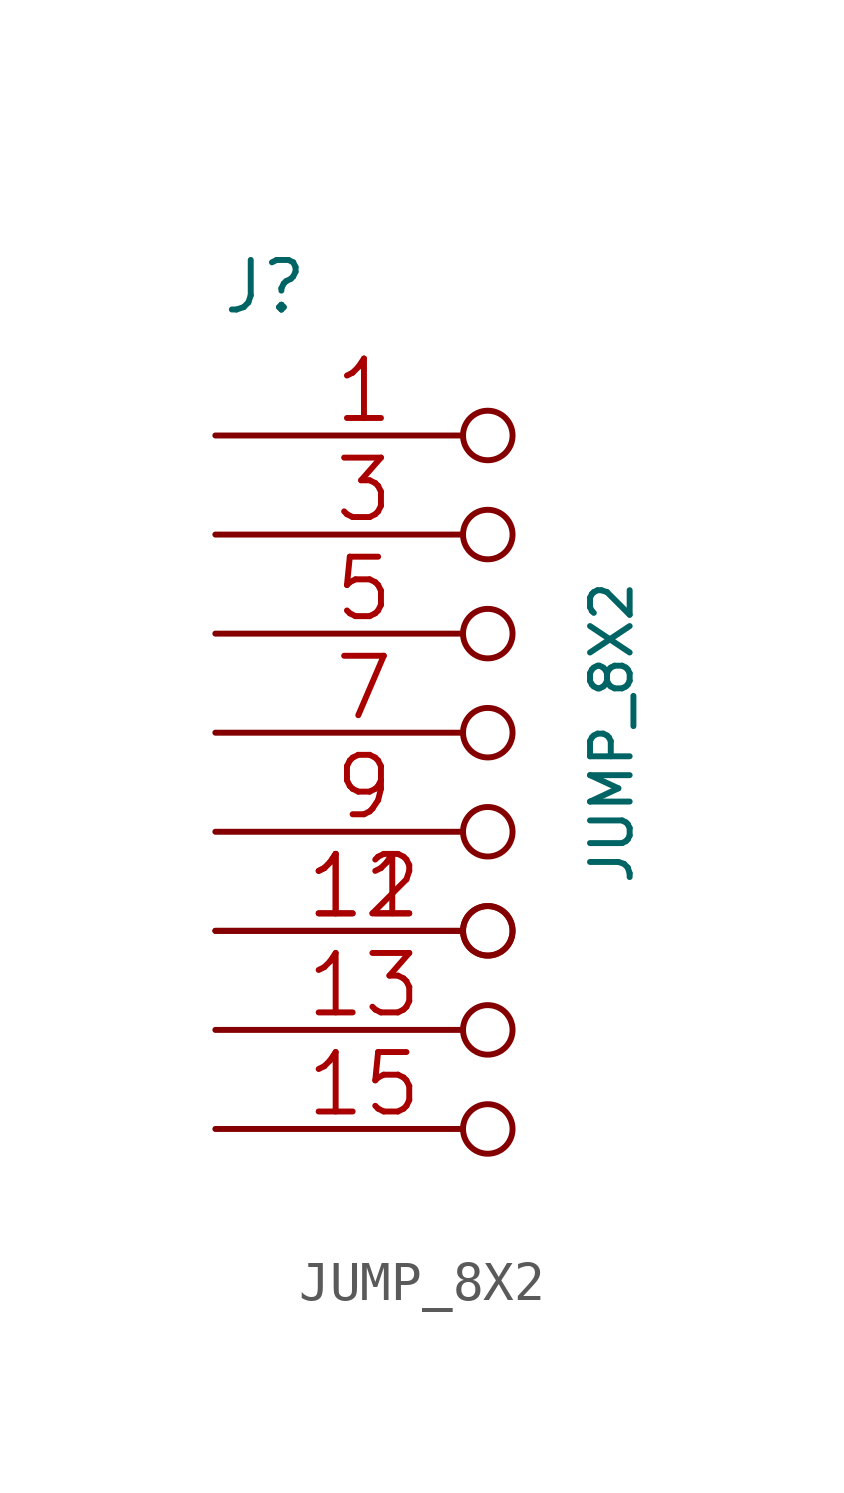
<source format=kicad_sym>
(kicad_symbol_lib
  (version 20211014)
  (generator kicad_symbol_editor)
  (symbol "JUMP_8X2"
    (pin_names
      (offset 1.016) hide)
    (property "Reference" "J"
      (at -8.89 7.62 0)
      (effects (font (size 1.27 1.27))))
    (property "Value" "JUMP_8X2"
      (at 0 -3.81 90)
      (effects (font (size 1.016 1.016))))
    (property "Footprint" ""
      (at 0 -5.08 0)
      (effects (font (size 1.524 1.524))))
    (property "Datasheet" ""
      (at 0 -5.08 0)
      (effects (font (size 1.524 1.524))))
    (symbol "JUMP_8X2_1_1"
      (pin passive inverted (at -10.16 3.81 0) (length 7.62) (name "2" (effects (font (size 1.524 1.524)))) (number "1" (effects (font (size 1.524 1.524)))))
      (pin passive inverted (at -10.16 -6.35 0) (length 7.62) hide (name "10" (effects (font (size 1.524 1.524)))) (number "10" (effects (font (size 1.524 1.524)))))
      (pin passive inverted (at -10.16 -8.89 0) (length 7.62) (name "11" (effects (font (size 1.524 1.524)))) (number "11" (effects (font (size 1.524 1.524)))))
      (pin passive inverted (at -10.16 -8.89 0) (length 7.62) hide (name "11" (effects (font (size 1.524 1.524)))) (number "11" (effects (font (size 1.524 1.524)))))
      (pin passive inverted (at -10.16 -8.89 0) (length 7.62) (name "12" (effects (font (size 1.524 1.524)))) (number "12" (effects (font (size 1.524 1.524)))))
      (pin passive inverted (at -10.16 -11.43 0) (length 7.62) (name "14" (effects (font (size 1.524 1.524)))) (number "13" (effects (font (size 1.524 1.524)))))
      (pin passive inverted (at -10.16 -11.43 0) (length 7.62) hide (name "14" (effects (font (size 1.524 1.524)))) (number "14" (effects (font (size 1.524 1.524)))))
      (pin passive inverted (at -10.16 -13.97 0) (length 7.62) (name "16" (effects (font (size 1.524 1.524)))) (number "15" (effects (font (size 1.524 1.524)))))
      (pin passive inverted (at -10.16 -13.97 0) (length 7.62) hide (name "16" (effects (font (size 1.524 1.524)))) (number "16" (effects (font (size 1.524 1.524)))))
      (pin passive inverted (at -10.16 3.81 0) (length 7.62) hide (name "2" (effects (font (size 1.524 1.524)))) (number "2" (effects (font (size 1.524 1.524)))))
      (pin passive inverted (at -10.16 1.27 0) (length 7.62) (name "4" (effects (font (size 1.524 1.524)))) (number "3" (effects (font (size 1.524 1.524)))))
      (pin passive inverted (at -10.16 1.27 0) (length 7.62) hide (name "4" (effects (font (size 1.524 1.524)))) (number "4" (effects (font (size 1.524 1.524)))))
      (pin passive inverted (at -10.16 -1.27 0) (length 7.62) (name "6" (effects (font (size 1.524 1.524)))) (number "5" (effects (font (size 1.524 1.524)))))
      (pin passive inverted (at -10.16 -1.27 0) (length 7.62) hide (name "6" (effects (font (size 1.524 1.524)))) (number "6" (effects (font (size 1.524 1.524)))))
      (pin passive inverted (at -10.16 -3.81 0) (length 7.62) (name "8" (effects (font (size 1.524 1.524)))) (number "7" (effects (font (size 1.524 1.524)))))
      (pin passive inverted (at -10.16 -3.81 0) (length 7.62) hide (name "8" (effects (font (size 1.524 1.524)))) (number "8" (effects (font (size 1.524 1.524)))))
      (pin passive inverted (at -10.16 -6.35 0) (length 7.62) (name "10" (effects (font (size 1.524 1.524)))) (number "9" (effects (font (size 1.524 1.524))))))))
</source>
